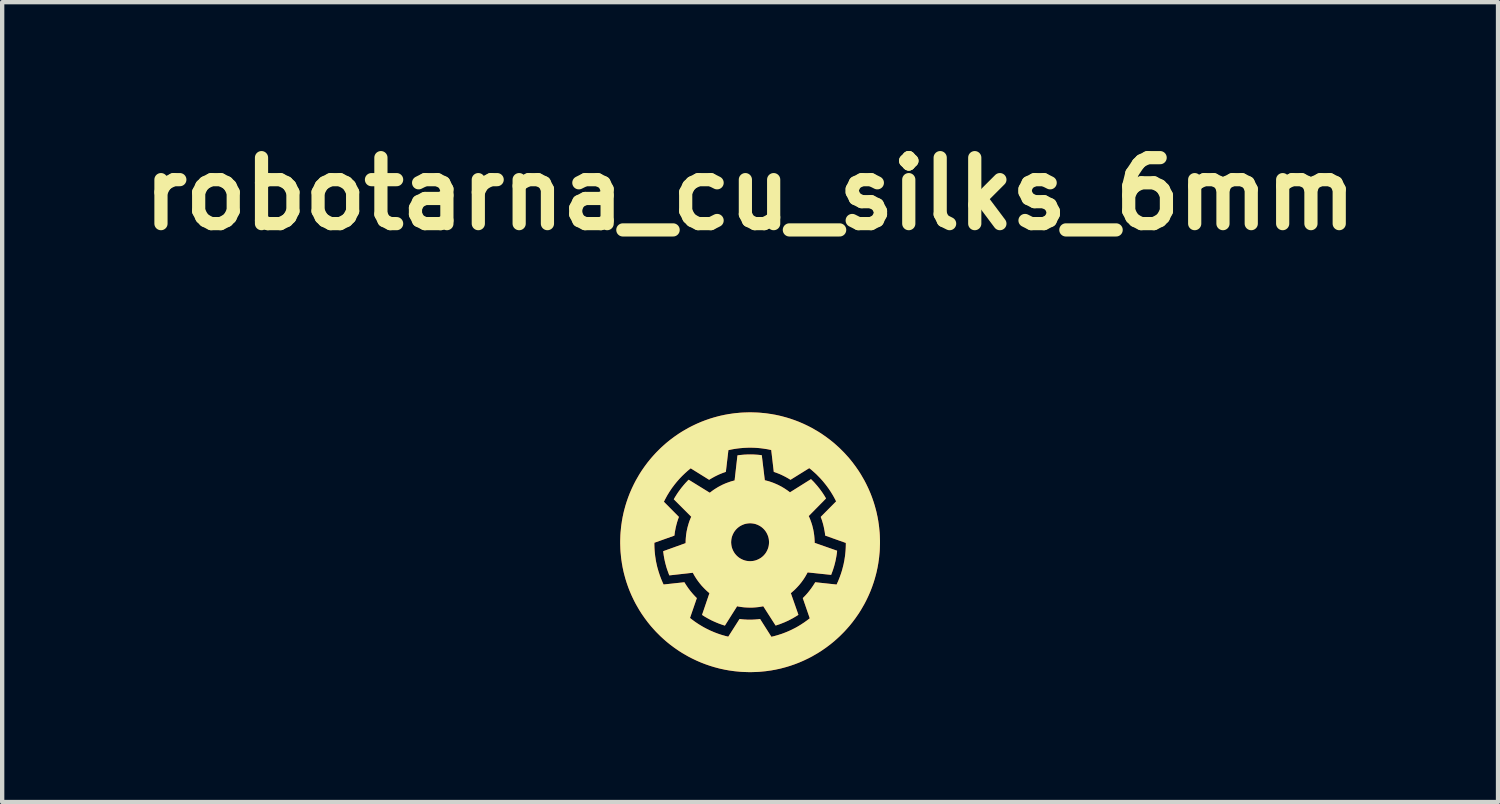
<source format=kicad_pcb>
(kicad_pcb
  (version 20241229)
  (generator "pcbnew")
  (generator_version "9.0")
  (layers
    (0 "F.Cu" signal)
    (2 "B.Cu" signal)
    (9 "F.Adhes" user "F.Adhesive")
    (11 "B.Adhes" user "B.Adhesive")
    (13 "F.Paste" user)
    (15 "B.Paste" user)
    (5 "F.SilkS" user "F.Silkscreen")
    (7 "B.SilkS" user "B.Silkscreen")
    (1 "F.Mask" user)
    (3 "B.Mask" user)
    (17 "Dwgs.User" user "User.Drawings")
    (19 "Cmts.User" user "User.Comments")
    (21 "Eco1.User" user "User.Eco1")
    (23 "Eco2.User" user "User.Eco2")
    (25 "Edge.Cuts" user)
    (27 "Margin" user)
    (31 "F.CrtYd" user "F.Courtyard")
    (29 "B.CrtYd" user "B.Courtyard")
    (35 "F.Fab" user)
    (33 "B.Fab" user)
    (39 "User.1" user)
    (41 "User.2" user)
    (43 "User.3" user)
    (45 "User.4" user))
  (footprint "robotarna_cu_silks_6mm"
    (layer "F.Cu")
    (at 14.275 9.474)
    (property "Reference" "robotarna_cu_silks_6mm" (at 0 -8.048 0) (layer "F.SilkS") (effects (font (size 1.524 1.524) (thickness 0.305))))
    (attr smd)
    (fp_poly (pts (xy -0.000005 0.438) (xy -1.984 0.368) (xy -1.977 0.4) (xy -1.971 0.431) (xy -1.963 0.463) (xy -1.956 0.494) (xy -1.947 0.525) (xy -1.939 0.556) (xy -1.93 0.587) (xy -1.92 0.617) (xy -1.91 0.647) (xy -1.899 0.677) (xy -1.888 0.707) (xy -1.877 0.737) (xy -1.865 0.766) (xy -1.323 0.705) (xy -1.307 0.734) (xy -1.292 0.762) (xy -1.275 0.79) (xy -1.258 0.817) (xy -1.241 0.844) (xy -1.222 0.871) (xy -1.204 0.897) (xy -1.184 0.923) (xy -1.165 0.948) (xy -1.144 0.973) (xy -1.124 0.998) (xy -1.102 1.022) (xy -1.08 1.045) (xy -1.058 1.068) (xy -1.035 1.091) (xy -1.012 1.113) (xy -0.988 1.135) (xy -0.964 1.156) (xy -0.939 1.176) (xy -1.11 1.678) (xy -1.083 1.696) (xy -1.056 1.713) (xy -1.028 1.73) (xy -1 1.746) (xy -0.972 1.762) (xy -0.944 1.777) (xy -0.915 1.792) (xy -0.886 1.807) (xy -0.856 1.821) (xy -0.827 1.834) (xy -0.797 1.847) (xy -0.767 1.86) (xy -0.737 1.872) (xy -0.706 1.884) (xy -0.675 1.895) (xy -0.644 1.906) (xy -0.613 1.916) (xy -0.582 1.926) (xy -0.3 1.479) (xy -0.268 1.486) (xy -0.235 1.491) (xy -0.203 1.496) (xy -0.17 1.5) (xy -0.136 1.504) (xy -0.103 1.506) (xy -0.069 1.508) (xy -0.035 1.509) (xy -0.001 1.51) (xy 0.03 1.51) (xy 0.061 1.509) (xy 0.092 1.507) (xy 0.123 1.505) (xy 0.154 1.502) (xy 0.184 1.499) (xy 0.214 1.495) (xy 0.244 1.49) (xy 0.274 1.485) (xy 0.304 1.479) (xy 0.589 1.924) (xy 0.62 1.915) (xy 0.651 1.904) (xy 0.682 1.894) (xy 0.713 1.882) (xy 0.743 1.87) (xy 0.773 1.858) (xy 0.803 1.846) (xy 0.833 1.832) (xy 0.863 1.819) (xy 0.892 1.805) (xy 0.921 1.79) (xy 0.949 1.775) (xy 0.978 1.76) (xy 1.006 1.744) (xy 1.034 1.727) (xy 1.061 1.711) (xy 1.089 1.694) (xy 1.116 1.676) (xy 0.941 1.176) (xy 0.966 1.155) (xy 0.991 1.133) (xy 1.015 1.112) (xy 1.039 1.089) (xy 1.062 1.066) (xy 1.084 1.043) (xy 1.106 1.019) (xy 1.128 0.995) (xy 1.149 0.97) (xy 1.17 0.944) (xy 1.19 0.919) (xy 1.209 0.892) (xy 1.228 0.866) (xy 1.246 0.839) (xy 1.264 0.811) (xy 1.281 0.783) (xy 1.297 0.755) (xy 1.313 0.726) (xy 1.329 0.697) (xy 1.872 0.754) (xy 1.883 0.725) (xy 1.894 0.695) (xy 1.905 0.665) (xy 1.916 0.635) (xy 1.925 0.605) (xy 1.935 0.575) (xy 1.944 0.544) (xy 1.952 0.514) (xy 1.96 0.483) (xy 1.968 0.451) (xy 1.975 0.42) (xy 1.981 0.389) (xy 1.987 0.357) (xy 1.993 0.325) (xy 1.998 0.293) (xy 2.003 0.261) (xy 2.007 0.228) (xy 2.01 0.196) (xy 1.491 0.014) (xy 1.491 -0.021) (xy 1.489 -0.056) (xy 1.487 -0.09) (xy 1.484 -0.124) (xy 1.481 -0.158) (xy 1.476 -0.192) (xy 1.471 -0.225) (xy 1.465 -0.259) (xy 1.459 -0.291) (xy 1.451 -0.324) (xy 1.443 -0.357) (xy 1.435 -0.389) (xy 1.425 -0.421) (xy 1.415 -0.452) (xy 1.404 -0.483) (xy 1.393 -0.514) (xy 1.381 -0.545) (xy 1.368 -0.575) (xy 1.354 -0.605) (xy 1.754 -1.011) (xy 1.737 -1.04) (xy 1.72 -1.069) (xy 1.702 -1.097) (xy 1.684 -1.125) (xy 1.665 -1.153) (xy 1.646 -1.18) (xy 1.626 -1.207) (xy 1.606 -1.234) (xy 1.585 -1.26) (xy 1.565 -1.286) (xy 1.543 -1.312) (xy 1.521 -1.337) (xy 1.499 -1.362) (xy 1.477 -1.387) (xy 1.454 -1.411) (xy 1.43 -1.434) (xy 1.407 -1.458) (xy 0.921 -1.153) (xy 0.895 -1.173) (xy 0.869 -1.192) (xy 0.843 -1.21) (xy 0.816 -1.228) (xy 0.789 -1.246) (xy 0.762 -1.262) (xy 0.734 -1.279) (xy 0.706 -1.294) (xy 0.677 -1.309) (xy 0.648 -1.324) (xy 0.619 -1.337) (xy 0.589 -1.35) (xy 0.559 -1.363) (xy 0.529 -1.375) (xy 0.498 -1.386) (xy 0.467 -1.397) (xy 0.436 -1.407) (xy 0.404 -1.416) (xy 0.372 -1.424) (xy 0.34 -1.432) (xy 0.27 -2.01) (xy 0.237 -2.014) (xy 0.204 -2.018) (xy 0.171 -2.021) (xy 0.138 -2.023) (xy 0.105 -2.025) (xy 0.071 -2.027) (xy 0.037 -2.027) (xy 0.003 -2.028) (xy -0.03 -2.027) (xy -0.063 -2.027) (xy -0.096 -2.025) (xy -0.13 -2.024) (xy -0.162 -2.021) (xy -0.195 -2.018) (xy -0.228 -2.015) (xy -0.26 -2.011) (xy -0.292 -2.006) (xy -0.358 -1.427) (xy -0.39 -1.419) (xy -0.422 -1.41) (xy -0.453 -1.401) (xy -0.484 -1.39) (xy -0.514 -1.379) (xy -0.545 -1.368) (xy -0.575 -1.356) (xy -0.604 -1.343) (xy -0.634 -1.33) (xy -0.663 -1.315) (xy -0.691 -1.301) (xy -0.719 -1.286) (xy -0.747 -1.27) (xy -0.775 -1.253) (xy -0.802 -1.236) (xy -0.829 -1.219) (xy -0.855 -1.201) (xy -0.881 -1.182) (xy -0.906 -1.163) (xy -0.931 -1.143) (xy -1.419 -1.444) (xy -1.443 -1.421) (xy -1.466 -1.396) (xy -1.489 -1.372) (xy -1.511 -1.347) (xy -1.533 -1.322) (xy -1.554 -1.296) (xy -1.576 -1.27) (xy -1.596 -1.244) (xy -1.617 -1.217) (xy -1.636 -1.19) (xy -1.656 -1.163) (xy -1.675 -1.135) (xy -1.693 -1.108) (xy -1.711 -1.079) (xy -1.729 -1.051) (xy -1.746 -1.022) (xy -1.763 -0.992) (xy -1.36 -0.589) (xy -1.373 -0.559) (xy -1.385 -0.53) (xy -1.397 -0.5) (xy -1.408 -0.469) (xy -1.418 -0.439) (xy -1.427 -0.408) (xy -1.436 -0.376) (xy -1.445 -0.345) (xy -1.452 -0.313) (xy -1.459 -0.281) (xy -1.466 -0.249) (xy -1.471 -0.216) (xy -1.476 -0.184) (xy -1.48 -0.151) (xy -1.483 -0.117) (xy -1.486 -0.084) (xy -1.488 -0.05) (xy -1.489 -0.017) (xy -1.49 0.018) (xy -1.49 0.021) (xy -2.007 0.207) (xy -2.004 0.239) (xy -1.999 0.272) (xy -1.995 0.304) (xy -1.989 0.336) (xy -1.984 0.368) (xy -0.000005 0.438) (xy -0.031 0.436) (xy -0.062 0.433) (xy -0.092 0.428) (xy -0.121 0.421) (xy -0.15 0.411) (xy -0.177 0.4) (xy -0.204 0.387) (xy -0.229 0.373) (xy -0.254 0.357) (xy -0.277 0.339) (xy -0.299 0.32) (xy -0.32 0.299) (xy -0.339 0.277) (xy -0.357 0.254) (xy -0.373 0.229) (xy -0.387 0.204) (xy -0.4 0.177) (xy -0.411 0.15) (xy -0.421 0.121) (xy -0.428 0.092) (xy -0.433 0.062) (xy -0.436 0.031) (xy -0.438 0.00001) (xy -0.436 -0.031) (xy -0.433 -0.062) (xy -0.428 -0.092) (xy -0.421 -0.121) (xy -0.411 -0.15) (xy -0.4 -0.177) (xy -0.387 -0.204) (xy -0.373 -0.229) (xy -0.357 -0.254) (xy -0.339 -0.277) (xy -0.32 -0.299) (xy -0.299 -0.32) (xy -0.277 -0.339) (xy -0.254 -0.357) (xy -0.229 -0.373) (xy -0.204 -0.387) (xy -0.177 -0.4) (xy -0.15 -0.411) (xy -0.121 -0.421) (xy -0.092 -0.428) (xy -0.062 -0.433) (xy -0.031 -0.436) (xy -0.000005 -0.438) (xy 0.031 -0.436) (xy 0.062 -0.433) (xy 0.092 -0.428) (xy 0.121 -0.421) (xy 0.15 -0.411) (xy 0.177 -0.4) (xy 0.204 -0.387) (xy 0.229 -0.373) (xy 0.254 -0.357) (xy 0.277 -0.339) (xy 0.299 -0.32) (xy 0.32 -0.299) (xy 0.339 -0.277) (xy 0.357 -0.254) (xy 0.373 -0.229) (xy 0.387 -0.204) (xy 0.4 -0.177) (xy 0.411 -0.15) (xy 0.421 -0.121) (xy 0.428 -0.092) (xy 0.433 -0.062) (xy 0.436 -0.031) (xy 0.438 0.00001) (xy 0.436 0.031) (xy 0.433 0.062) (xy 0.428 0.092) (xy 0.421 0.121) (xy 0.411 0.15) (xy 0.4 0.177) (xy 0.387 0.204) (xy 0.373 0.229) (xy 0.357 0.254) (xy 0.339 0.277) (xy 0.32 0.299) (xy 0.299 0.32) (xy 0.277 0.339) (xy 0.254 0.357) (xy 0.229 0.373) (xy 0.204 0.387) (xy 0.177 0.4) (xy 0.15 0.411) (xy 0.121 0.421) (xy 0.092 0.428) (xy 0.062 0.433) (xy 0.031 0.436) (xy -0.000005 0.438)) (stroke (width 0) (type solid)) (fill yes) (layer "F.Cu"))
    (fp_poly (pts (xy 1.998 0.977) (xy 0.443 2.967) (xy 0.474 2.963) (xy 0.505 2.958) (xy 0.536 2.952) (xy 0.566 2.947) (xy 0.597 2.941) (xy 0.627 2.934) (xy 0.658 2.928) (xy 0.688 2.921) (xy 0.718 2.914) (xy 0.748 2.906) (xy 0.778 2.898) (xy 0.807 2.89) (xy 0.837 2.882) (xy 0.866 2.873) (xy 0.896 2.864) (xy 0.925 2.855) (xy 0.954 2.845) (xy 0.983 2.835) (xy 1.012 2.825) (xy 1.04 2.815) (xy 1.069 2.804) (xy 1.097 2.793) (xy 1.126 2.782) (xy 1.154 2.77) (xy 1.182 2.758) (xy 1.21 2.746) (xy 1.237 2.734) (xy 1.265 2.721) (xy 1.292 2.708) (xy 1.319 2.695) (xy 1.346 2.682) (xy 1.373 2.668) (xy 1.4 2.654) (xy 1.427 2.64) (xy 1.453 2.625) (xy 1.479 2.61) (xy 1.505 2.595) (xy 1.531 2.58) (xy 1.557 2.565) (xy 1.583 2.549) (xy 1.608 2.533) (xy 1.634 2.517) (xy 1.659 2.5) (xy 1.684 2.483) (xy 1.708 2.466) (xy 1.733 2.449) (xy 1.757 2.432) (xy 1.781 2.414) (xy 1.805 2.396) (xy 1.829 2.378) (xy 1.853 2.36) (xy 1.876 2.341) (xy 1.9 2.322) (xy 1.923 2.303) (xy 1.946 2.284) (xy 1.968 2.264) (xy 1.991 2.244) (xy 2.013 2.224) (xy 2.035 2.204) (xy 2.057 2.184) (xy 2.079 2.163) (xy 2.1 2.142) (xy 2.121 2.121) (xy 2.142 2.1) (xy 2.163 2.079) (xy 2.184 2.057) (xy 2.204 2.035) (xy 2.224 2.013) (xy 2.244 1.991) (xy 2.264 1.968) (xy 2.284 1.946) (xy 2.303 1.923) (xy 2.322 1.9) (xy 2.341 1.876) (xy 2.36 1.853) (xy 2.378 1.829) (xy 2.396 1.805) (xy 2.414 1.781) (xy 2.432 1.757) (xy 2.449 1.733) (xy 2.466 1.708) (xy 2.483 1.684) (xy 2.5 1.659) (xy 2.517 1.634) (xy 2.533 1.608) (xy 2.549 1.583) (xy 2.565 1.557) (xy 2.58 1.531) (xy 2.595 1.505) (xy 2.61 1.479) (xy 2.625 1.453) (xy 2.64 1.427) (xy 2.654 1.4) (xy 2.668 1.373) (xy 2.682 1.346) (xy 2.695 1.319) (xy 2.708 1.292) (xy 2.721 1.265) (xy 2.734 1.237) (xy 2.746 1.21) (xy 2.758 1.182) (xy 2.77 1.154) (xy 2.782 1.126) (xy 2.793 1.097) (xy 2.804 1.069) (xy 2.815 1.04) (xy 2.825 1.012) (xy 2.835 0.983) (xy 2.845 0.954) (xy 2.855 0.925) (xy 2.864 0.896) (xy 2.873 0.866) (xy 2.882 0.837) (xy 2.89 0.807) (xy 2.898 0.778) (xy 2.906 0.748) (xy 2.914 0.718) (xy 2.921 0.688) (xy 2.928 0.658) (xy 2.934 0.627) (xy 2.941 0.597) (xy 2.947 0.566) (xy 2.952 0.536) (xy 2.958 0.505) (xy 2.963 0.474) (xy 2.967 0.443) (xy 2.972 0.412) (xy 2.976 0.381) (xy 2.98 0.35) (xy 2.983 0.319) (xy 2.986 0.287) (xy 2.989 0.256) (xy 2.992 0.224) (xy 2.994 0.192) (xy 2.996 0.16) (xy 2.997 0.128) (xy 2.998 0.096) (xy 2.999 0.064) (xy 3 0.032) (xy 3 0.000008) (xy 3 -0.032) (xy 2.999 -0.064) (xy 2.998 -0.096) (xy 2.997 -0.128) (xy 2.996 -0.16) (xy 2.994 -0.192) (xy 2.992 -0.224) (xy 2.989 -0.256) (xy 2.986 -0.287) (xy 2.983 -0.319) (xy 2.98 -0.35) (xy 2.976 -0.381) (xy 2.972 -0.412) (xy 2.967 -0.443) (xy 2.963 -0.474) (xy 2.958 -0.505) (xy 2.952 -0.536) (xy 2.947 -0.566) (xy 2.941 -0.597) (xy 2.934 -0.627) (xy 2.928 -0.658) (xy 2.921 -0.688) (xy 2.914 -0.718) (xy 2.906 -0.748) (xy 2.898 -0.778) (xy 2.89 -0.807) (xy 2.882 -0.837) (xy 2.873 -0.866) (xy 2.864 -0.896) (xy 2.855 -0.925) (xy 2.845 -0.954) (xy 2.835 -0.983) (xy 2.825 -1.012) (xy 2.815 -1.04) (xy 2.804 -1.069) (xy 2.793 -1.097) (xy 2.782 -1.126) (xy 2.77 -1.154) (xy 2.758 -1.182) (xy 2.746 -1.21) (xy 2.734 -1.237) (xy 2.721 -1.265) (xy 2.708 -1.292) (xy 2.695 -1.319) (xy 2.682 -1.346) (xy 2.668 -1.373) (xy 2.654 -1.4) (xy 2.64 -1.427) (xy 2.625 -1.453) (xy 2.61 -1.479) (xy 2.595 -1.505) (xy 2.58 -1.531) (xy 2.565 -1.557) (xy 2.549 -1.583) (xy 2.533 -1.608) (xy 2.517 -1.634) (xy 2.5 -1.659) (xy 2.483 -1.684) (xy 2.466 -1.708) (xy 2.449 -1.733) (xy 2.432 -1.757) (xy 2.414 -1.781) (xy 2.396 -1.805) (xy 2.378 -1.829) (xy 2.36 -1.853) (xy 2.341 -1.876) (xy 2.322 -1.9) (xy 2.303 -1.923) (xy 2.284 -1.946) (xy 2.264 -1.968) (xy 2.244 -1.991) (xy 2.224 -2.013) (xy 2.204 -2.035) (xy 2.184 -2.057) (xy 2.163 -2.079) (xy 2.142 -2.1) (xy 2.121 -2.121) (xy 2.1 -2.142) (xy 2.079 -2.163) (xy 2.057 -2.184) (xy 2.035 -2.204) (xy 2.013 -2.224) (xy 1.991 -2.244) (xy 1.968 -2.264) (xy 1.946 -2.284) (xy 1.923 -2.303) (xy 1.9 -2.322) (xy 1.876 -2.341) (xy 1.853 -2.36) (xy 1.829 -2.378) (xy 1.805 -2.396) (xy 1.781 -2.414) (xy 1.757 -2.432) (xy 1.733 -2.449) (xy 1.708 -2.466) (xy 1.684 -2.483) (xy 1.659 -2.5) (xy 1.634 -2.517) (xy 1.608 -2.533) (xy 1.583 -2.549) (xy 1.557 -2.565) (xy 1.531 -2.58) (xy 1.505 -2.595) (xy 1.479 -2.61) (xy 1.453 -2.625) (xy 1.427 -2.64) (xy 1.4 -2.654) (xy 1.373 -2.668) (xy 1.346 -2.682) (xy 1.319 -2.695) (xy 1.292 -2.708) (xy 1.265 -2.721) (xy 1.237 -2.734) (xy 1.21 -2.746) (xy 1.182 -2.758) (xy 1.154 -2.77) (xy 1.126 -2.782) (xy 1.097 -2.793) (xy 1.069 -2.804) (xy 1.04 -2.815) (xy 1.012 -2.825) (xy 0.983 -2.835) (xy 0.954 -2.845) (xy 0.925 -2.855) (xy 0.896 -2.864) (xy 0.866 -2.873) (xy 0.837 -2.882) (xy 0.807 -2.89) (xy 0.778 -2.898) (xy 0.748 -2.906) (xy 0.718 -2.914) (xy 0.688 -2.921) (xy 0.658 -2.928) (xy 0.627 -2.934) (xy 0.597 -2.941) (xy 0.566 -2.947) (xy 0.536 -2.952) (xy 0.505 -2.958) (xy 0.474 -2.963) (xy 0.443 -2.967) (xy 0.412 -2.972) (xy 0.381 -2.976) (xy 0.35 -2.98) (xy 0.319 -2.983) (xy 0.287 -2.986) (xy 0.256 -2.989) (xy 0.224 -2.992) (xy 0.192 -2.994) (xy 0.16 -2.996) (xy 0.128 -2.997) (xy 0.096 -2.998) (xy 0.064 -2.999) (xy 0.032 -3) (xy -0.000008 -3) (xy -0.032 -3) (xy -0.064 -2.999) (xy -0.096 -2.998) (xy -0.128 -2.997) (xy -0.16 -2.996) (xy -0.192 -2.994) (xy -0.224 -2.992) (xy -0.256 -2.989) (xy -0.287 -2.986) (xy -0.319 -2.983) (xy -0.35 -2.98) (xy -0.381 -2.976) (xy -0.412 -2.972) (xy -0.443 -2.967) (xy -0.474 -2.963) (xy -0.505 -2.958) (xy -0.536 -2.952) (xy -0.566 -2.947) (xy -0.597 -2.941) (xy -0.627 -2.934) (xy -0.658 -2.928) (xy -0.688 -2.921) (xy -0.718 -2.914) (xy -0.748 -2.906) (xy -0.778 -2.898) (xy -0.807 -2.89) (xy -0.837 -2.882) (xy -0.866 -2.873) (xy -0.896 -2.864) (xy -0.925 -2.855) (xy -0.954 -2.845) (xy -0.983 -2.835) (xy -1.012 -2.825) (xy -1.04 -2.815) (xy -1.069 -2.804) (xy -1.097 -2.793) (xy -1.126 -2.782) (xy -1.154 -2.77) (xy -1.182 -2.758) (xy -1.21 -2.746) (xy -1.237 -2.734) (xy -1.265 -2.721) (xy -1.292 -2.708) (xy -1.319 -2.695) (xy -1.346 -2.682) (xy -1.373 -2.668) (xy -1.4 -2.654) (xy -1.427 -2.64) (xy -1.453 -2.625) (xy -1.479 -2.61) (xy -1.505 -2.595) (xy -1.531 -2.58) (xy -1.557 -2.565) (xy -1.583 -2.549) (xy -1.608 -2.533) (xy -1.634 -2.517) (xy -1.659 -2.5) (xy -1.684 -2.483) (xy -1.708 -2.466) (xy -1.733 -2.449) (xy -1.757 -2.432) (xy -1.781 -2.414) (xy -1.805 -2.396) (xy -1.829 -2.378) (xy -1.853 -2.36) (xy -1.876 -2.341) (xy -1.9 -2.322) (xy -1.923 -2.303) (xy -1.946 -2.284) (xy -1.968 -2.264) (xy -1.991 -2.244) (xy -2.013 -2.224) (xy -2.035 -2.204) (xy -2.057 -2.184) (xy -2.079 -2.163) (xy -2.1 -2.142) (xy -2.121 -2.121) (xy -2.142 -2.1) (xy -2.163 -2.079) (xy -2.184 -2.057) (xy -2.204 -2.035) (xy -2.224 -2.013) (xy -2.244 -1.991) (xy -2.264 -1.968) (xy -2.284 -1.946) (xy -2.303 -1.923) (xy -2.322 -1.9) (xy -2.341 -1.876) (xy -2.36 -1.853) (xy -2.378 -1.829) (xy -2.396 -1.805) (xy -2.414 -1.781) (xy -2.432 -1.757) (xy -2.449 -1.733) (xy -2.466 -1.708) (xy -2.483 -1.684) (xy -2.5 -1.659) (xy -2.517 -1.634) (xy -2.533 -1.608) (xy -2.549 -1.583) (xy -2.565 -1.557) (xy -2.58 -1.531) (xy -2.595 -1.505) (xy -2.61 -1.479) (xy -2.625 -1.453) (xy -2.64 -1.427) (xy -2.654 -1.4) (xy -2.668 -1.373) (xy -2.682 -1.346) (xy -2.695 -1.319) (xy -2.708 -1.292) (xy -2.721 -1.265) (xy -2.734 -1.237) (xy -2.746 -1.21) (xy -2.758 -1.182) (xy -2.77 -1.154) (xy -2.782 -1.126) (xy -2.793 -1.097) (xy -2.804 -1.069) (xy -2.815 -1.04) (xy -2.825 -1.012) (xy -2.835 -0.983) (xy -2.845 -0.954) (xy -2.855 -0.925) (xy -2.864 -0.896) (xy -2.873 -0.866) (xy -2.882 -0.837) (xy -2.89 -0.807) (xy -2.898 -0.778) (xy -2.906 -0.748) (xy -2.914 -0.718) (xy -2.921 -0.688) (xy -2.928 -0.658) (xy -2.934 -0.627) (xy -2.941 -0.597) (xy -2.947 -0.566) (xy -2.952 -0.536) (xy -2.958 -0.505) (xy -2.963 -0.474) (xy -2.967 -0.443) (xy -2.972 -0.412) (xy -2.976 -0.381) (xy -2.98 -0.35) (xy -2.983 -0.319) (xy -2.986 -0.287) (xy -2.989 -0.256) (xy -2.992 -0.224) (xy -2.994 -0.192) (xy -2.996 -0.16) (xy -2.997 -0.128) (xy -2.998 -0.096) (xy -2.999 -0.064) (xy -3 -0.032) (xy -3 0.000008) (xy -3 0.032) (xy -2.999 0.064) (xy -2.998 0.096) (xy -2.997 0.128) (xy -2.996 0.16) (xy -2.994 0.192) (xy -2.992 0.224) (xy -2.989 0.256) (xy -2.986 0.287) (xy -2.983 0.319) (xy -2.98 0.35) (xy -2.976 0.381) (xy -2.972 0.412) (xy -2.967 0.443) (xy -2.963 0.474) (xy -2.958 0.505) (xy -2.952 0.536) (xy -2.947 0.566) (xy -2.941 0.597) (xy -2.934 0.627) (xy -2.928 0.658) (xy -2.921 0.688) (xy -2.914 0.718) (xy -2.906 0.748) (xy -2.898 0.778) (xy -2.89 0.807) (xy -2.882 0.837) (xy -2.873 0.866) (xy -2.864 0.896) (xy -2.855 0.925) (xy -2.845 0.954) (xy -2.835 0.983) (xy -2.825 1.012) (xy -2.815 1.04) (xy -2.804 1.069) (xy -2.793 1.097) (xy -2.782 1.126) (xy -2.77 1.154) (xy -2.758 1.182) (xy -2.746 1.21) (xy -2.734 1.237) (xy -2.721 1.265) (xy -2.708 1.292) (xy -2.695 1.319) (xy -2.682 1.346) (xy -2.668 1.373) (xy -2.654 1.4) (xy -2.64 1.427) (xy -2.625 1.453) (xy -2.61 1.479) (xy -2.595 1.505) (xy -2.58 1.531) (xy -2.565 1.557) (xy -2.549 1.583) (xy -2.533 1.608) (xy -2.517 1.634) (xy -2.5 1.659) (xy -2.483 1.684) (xy -2.466 1.708) (xy -2.449 1.733) (xy -2.432 1.757) (xy -2.414 1.781) (xy -2.396 1.805) (xy -2.378 1.829) (xy -2.36 1.853) (xy -2.341 1.876) (xy -2.322 1.9) (xy -2.303 1.923) (xy -2.284 1.946) (xy -2.264 1.968) (xy -2.244 1.991) (xy -2.224 2.013) (xy -2.204 2.035) (xy -2.184 2.057) (xy -2.163 2.079) (xy -2.142 2.1) (xy -2.121 2.121) (xy -2.1 2.142) (xy -2.079 2.163) (xy -2.057 2.184) (xy -2.035 2.204) (xy -2.013 2.224) (xy -1.991 2.244) (xy -1.968 2.264) (xy -1.946 2.284) (xy -1.923 2.303) (xy -1.9 2.322) (xy -1.876 2.341) (xy -1.853 2.36) (xy -1.829 2.378) (xy -1.805 2.396) (xy -1.781 2.414) (xy -1.757 2.432) (xy -1.733 2.449) (xy -1.708 2.466) (xy -1.684 2.483) (xy -1.659 2.5) (xy -1.634 2.517) (xy -1.608 2.533) (xy -1.583 2.549) (xy -1.557 2.565) (xy -1.531 2.58) (xy -1.505 2.595) (xy -1.479 2.61) (xy -1.453 2.625) (xy -1.427 2.64) (xy -1.4 2.654) (xy -1.373 2.668) (xy -1.346 2.682) (xy -1.319 2.695) (xy -1.292 2.708) (xy -1.265 2.721) (xy -1.237 2.734) (xy -1.21 2.746) (xy -1.182 2.758) (xy -1.154 2.77) (xy -1.126 2.782) (xy -1.097 2.793) (xy -1.069 2.804) (xy -1.04 2.815) (xy -1.012 2.825) (xy -0.983 2.835) (xy -0.954 2.845) (xy -0.925 2.855) (xy -0.896 2.864) (xy -0.866 2.873) (xy -0.837 2.882) (xy -0.807 2.89) (xy -0.778 2.898) (xy -0.748 2.906) (xy -0.718 2.914) (xy -0.688 2.921) (xy -0.658 2.928) (xy -0.627 2.934) (xy -0.597 2.941) (xy -0.566 2.947) (xy -0.536 2.952) (xy -0.505 2.958) (xy -0.474 2.963) (xy -0.443 2.967) (xy -0.412 2.972) (xy -0.381 2.976) (xy -0.35 2.98) (xy -0.319 2.983) (xy -0.287 2.986) (xy -0.256 2.989) (xy -0.224 2.992) (xy -0.192 2.994) (xy -0.16 2.996) (xy -0.128 2.997) (xy -0.096 2.998) (xy -0.064 2.999) (xy -0.032 3) (xy -0.000008 3) (xy 0.032 3) (xy 0.064 2.999) (xy 0.096 2.998) (xy 0.128 2.997) (xy 0.16 2.996) (xy 0.192 2.994) (xy 0.224 2.992) (xy 0.256 2.989) (xy 0.287 2.986) (xy 0.319 2.983) (xy 0.35 2.98) (xy 0.381 2.976) (xy 0.412 2.972) (xy 0.443 2.967) (xy 1.998 0.977) (xy 1.504 0.924) (xy 1.487 0.953) (xy 1.469 0.981) (xy 1.451 1.009) (xy 1.432 1.036) (xy 1.413 1.064) (xy 1.393 1.09) (xy 1.373 1.117) (xy 1.352 1.143) (xy 1.331 1.169) (xy 1.309 1.194) (xy 1.287 1.219) (xy 1.264 1.243) (xy 1.241 1.267) (xy 1.217 1.29) (xy 1.378 1.757) (xy 1.352 1.777) (xy 1.326 1.797) (xy 1.3 1.816) (xy 1.273 1.835) (xy 1.247 1.854) (xy 1.219 1.872) (xy 1.192 1.89) (xy 1.164 1.908) (xy 1.136 1.925) (xy 1.108 1.942) (xy 1.08 1.958) (xy 1.051 1.974) (xy 1.022 1.989) (xy 0.992 2.004) (xy 0.963 2.019) (xy 0.933 2.033) (xy 0.903 2.047) (xy 0.873 2.06) (xy 0.842 2.073) (xy 0.812 2.085) (xy 0.781 2.097) (xy 0.749 2.109) (xy 0.718 2.12) (xy 0.686 2.13) (xy 0.655 2.14) (xy 0.622 2.15) (xy 0.59 2.159) (xy 0.558 2.168) (xy 0.525 2.176) (xy 0.492 2.184) (xy 0.231 1.773) (xy 0.202 1.776) (xy 0.173 1.78) (xy 0.143 1.782) (xy 0.114 1.785) (xy 0.084 1.786) (xy 0.054 1.788) (xy 0.024 1.788) (xy -0.006 1.789) (xy -0.037 1.788) (xy -0.067 1.788) (xy -0.097 1.786) (xy -0.126 1.785) (xy -0.156 1.782) (xy -0.186 1.78) (xy -0.215 1.776) (xy -0.244 1.773) (xy -0.504 2.181) (xy -0.536 2.173) (xy -0.569 2.165) (xy -0.601 2.156) (xy -0.634 2.147) (xy -0.666 2.137) (xy -0.697 2.127) (xy -0.729 2.116) (xy -0.76 2.105) (xy -0.792 2.093) (xy -0.823 2.081) (xy -0.853 2.068) (xy -0.884 2.055) (xy -0.914 2.042) (xy -0.944 2.028) (xy -0.974 2.013) (xy -1.003 1.999) (xy -1.033 1.983) (xy -1.062 1.968) (xy -1.09 1.952) (xy -1.119 1.935) (xy -1.147 1.918) (xy -1.175 1.901) (xy -1.203 1.883) (xy -1.23 1.865) (xy -1.257 1.847) (xy -1.284 1.828) (xy -1.31 1.809) (xy -1.337 1.789) (xy -1.362 1.769) (xy -1.388 1.749) (xy -1.23 1.29) (xy -1.254 1.267) (xy -1.277 1.243) (xy -1.299 1.219) (xy -1.322 1.194) (xy -1.343 1.169) (xy -1.365 1.143) (xy -1.386 1.117) (xy -1.406 1.09) (xy -1.426 1.064) (xy -1.445 1.036) (xy -1.464 1.009) (xy -1.482 0.981) (xy -1.5 0.953) (xy -1.517 0.924) (xy -1.998 0.976) (xy -2.012 0.947) (xy -2.025 0.918) (xy -2.037 0.889) (xy -2.05 0.859) (xy -2.061 0.829) (xy -2.073 0.799) (xy -2.084 0.769) (xy -2.094 0.739) (xy -2.104 0.708) (xy -2.114 0.678) (xy -2.123 0.647) (xy -2.132 0.616) (xy -2.141 0.584) (xy -2.149 0.553) (xy -2.156 0.521) (xy -2.163 0.489) (xy -2.17 0.457) (xy -2.176 0.425) (xy -2.181 0.393) (xy -2.186 0.36) (xy -2.191 0.328) (xy -2.195 0.295) (xy -2.199 0.262) (xy -2.202 0.229) (xy -2.205 0.196) (xy -2.207 0.162) (xy -2.209 0.129) (xy -2.21 0.095) (xy -2.211 0.061) (xy -2.211 0.028) (xy -2.211 0.012) (xy -1.748 -0.153) (xy -1.744 -0.185) (xy -1.74 -0.217) (xy -1.735 -0.249) (xy -1.729 -0.28) (xy -1.723 -0.312) (xy -1.717 -0.343) (xy -1.709 -0.374) (xy -1.702 -0.405) (xy -1.693 -0.435) (xy -1.685 -0.466) (xy -1.675 -0.496) (xy -1.666 -0.526) (xy -1.655 -0.555) (xy -1.644 -0.585) (xy -1.991 -0.935) (xy -1.976 -0.965) (xy -1.961 -0.995) (xy -1.945 -1.024) (xy -1.929 -1.054) (xy -1.913 -1.083) (xy -1.896 -1.111) (xy -1.878 -1.14) (xy -1.861 -1.168) (xy -1.842 -1.196) (xy -1.824 -1.223) (xy -1.805 -1.251) (xy -1.785 -1.278) (xy -1.765 -1.304) (xy -1.745 -1.331) (xy -1.724 -1.357) (xy -1.703 -1.383) (xy -1.682 -1.408) (xy -1.66 -1.433) (xy -1.638 -1.458) (xy -1.616 -1.482) (xy -1.593 -1.506) (xy -1.57 -1.53) (xy -1.546 -1.553) (xy -1.522 -1.576) (xy -1.498 -1.599) (xy -1.473 -1.621) (xy -1.449 -1.643) (xy -1.423 -1.665) (xy -1.398 -1.686) (xy -1.372 -1.707) (xy -0.946 -1.442) (xy -0.918 -1.459) (xy -0.89 -1.476) (xy -0.861 -1.492) (xy -0.833 -1.508) (xy -0.804 -1.523) (xy -0.774 -1.538) (xy -0.745 -1.552) (xy -0.715 -1.566) (xy -0.684 -1.579) (xy -0.654 -1.591) (xy -0.623 -1.603) (xy -0.592 -1.614) (xy -0.56 -1.625) (xy -0.501 -2.127) (xy -0.469 -2.134) (xy -0.436 -2.141) (xy -0.404 -2.147) (xy -0.371 -2.153) (xy -0.338 -2.158) (xy -0.305 -2.163) (xy -0.272 -2.167) (xy -0.238 -2.171) (xy -0.205 -2.174) (xy -0.171 -2.177) (xy -0.137 -2.18) (xy -0.103 -2.181) (xy -0.069 -2.183) (xy -0.034 -2.184) (xy -0.000008 -2.184) (xy 0.033 -2.184) (xy 0.067 -2.183) (xy 0.1 -2.182) (xy 0.133 -2.18) (xy 0.166 -2.178) (xy 0.199 -2.175) (xy 0.232 -2.172) (xy 0.264 -2.168) (xy 0.297 -2.164) (xy 0.329 -2.159) (xy 0.361 -2.154) (xy 0.393 -2.149) (xy 0.425 -2.143) (xy 0.457 -2.136) (xy 0.488 -2.13) (xy 0.547 -1.625) (xy 0.579 -1.614) (xy 0.61 -1.603) (xy 0.641 -1.591) (xy 0.671 -1.579) (xy 0.702 -1.566) (xy 0.732 -1.552) (xy 0.761 -1.538) (xy 0.791 -1.523) (xy 0.82 -1.508) (xy 0.849 -1.492) (xy 0.877 -1.476) (xy 0.905 -1.459) (xy 0.933 -1.442) (xy 1.366 -1.711) (xy 1.392 -1.691) (xy 1.418 -1.67) (xy 1.443 -1.648) (xy 1.468 -1.626) (xy 1.493 -1.604) (xy 1.517 -1.582) (xy 1.541 -1.559) (xy 1.564 -1.535) (xy 1.587 -1.512) (xy 1.61 -1.488) (xy 1.633 -1.464) (xy 1.655 -1.439) (xy 1.677 -1.414) (xy 1.698 -1.389) (xy 1.719 -1.363) (xy 1.74 -1.337) (xy 1.76 -1.311) (xy 1.78 -1.285) (xy 1.799 -1.258) (xy 1.819 -1.231) (xy 1.837 -1.203) (xy 1.856 -1.176) (xy 1.873 -1.148) (xy 1.891 -1.119) (xy 1.908 -1.091) (xy 1.925 -1.062) (xy 1.941 -1.033) (xy 1.957 -1.003) (xy 1.972 -0.974) (xy 1.987 -0.944) (xy 1.631 -0.585) (xy 1.642 -0.555) (xy 1.653 -0.526) (xy 1.663 -0.496) (xy 1.672 -0.466) (xy 1.681 -0.435) (xy 1.689 -0.405) (xy 1.697 -0.374) (xy 1.704 -0.343) (xy 1.71 -0.312) (xy 1.716 -0.28) (xy 1.722 -0.249) (xy 1.727 -0.217) (xy 1.731 -0.185) (xy 1.735 -0.153) (xy 2.211 0.016) (xy 2.211 0.028) (xy 2.211 0.061) (xy 2.21 0.095) (xy 2.209 0.129) (xy 2.207 0.163) (xy 2.205 0.196) (xy 2.202 0.229) (xy 2.199 0.262) (xy 2.195 0.295) (xy 2.191 0.328) (xy 2.186 0.361) (xy 2.181 0.393) (xy 2.176 0.426) (xy 2.169 0.458) (xy 2.163 0.49) (xy 2.156 0.522) (xy 2.148 0.554) (xy 2.14 0.585) (xy 2.132 0.616) (xy 2.123 0.648) (xy 2.114 0.679) (xy 2.104 0.709) (xy 2.094 0.74) (xy 2.083 0.77) (xy 2.072 0.801) (xy 2.061 0.83) (xy 2.049 0.86) (xy 2.037 0.89) (xy 2.024 0.919) (xy 2.011 0.948) (xy 1.998 0.977)) (stroke (width 0) (type solid)) (fill yes) (layer "F.Cu"))
    (fp_poly (pts (xy -0.000005 0.438) (xy -1.984 0.368) (xy -1.977 0.4) (xy -1.971 0.431) (xy -1.963 0.463) (xy -1.956 0.494) (xy -1.947 0.525) (xy -1.939 0.556) (xy -1.93 0.587) (xy -1.92 0.617) (xy -1.91 0.647) (xy -1.899 0.677) (xy -1.888 0.707) (xy -1.877 0.737) (xy -1.865 0.766) (xy -1.323 0.705) (xy -1.307 0.734) (xy -1.292 0.762) (xy -1.275 0.79) (xy -1.258 0.817) (xy -1.241 0.844) (xy -1.222 0.871) (xy -1.204 0.897) (xy -1.184 0.923) (xy -1.165 0.948) (xy -1.144 0.973) (xy -1.124 0.998) (xy -1.102 1.022) (xy -1.08 1.045) (xy -1.058 1.068) (xy -1.035 1.091) (xy -1.012 1.113) (xy -0.988 1.135) (xy -0.964 1.156) (xy -0.939 1.176) (xy -1.11 1.678) (xy -1.083 1.696) (xy -1.056 1.713) (xy -1.028 1.73) (xy -1 1.746) (xy -0.972 1.762) (xy -0.944 1.777) (xy -0.915 1.792) (xy -0.886 1.807) (xy -0.856 1.821) (xy -0.827 1.834) (xy -0.797 1.847) (xy -0.767 1.86) (xy -0.737 1.872) (xy -0.706 1.884) (xy -0.675 1.895) (xy -0.644 1.906) (xy -0.613 1.916) (xy -0.582 1.926) (xy -0.3 1.479) (xy -0.268 1.486) (xy -0.235 1.491) (xy -0.203 1.496) (xy -0.17 1.5) (xy -0.136 1.504) (xy -0.103 1.506) (xy -0.069 1.508) (xy -0.035 1.509) (xy -0.001 1.51) (xy 0.03 1.51) (xy 0.061 1.509) (xy 0.092 1.507) (xy 0.123 1.505) (xy 0.154 1.502) (xy 0.184 1.499) (xy 0.214 1.495) (xy 0.244 1.49) (xy 0.274 1.485) (xy 0.304 1.479) (xy 0.589 1.924) (xy 0.62 1.915) (xy 0.651 1.904) (xy 0.682 1.894) (xy 0.713 1.882) (xy 0.743 1.87) (xy 0.773 1.858) (xy 0.803 1.846) (xy 0.833 1.832) (xy 0.863 1.819) (xy 0.892 1.805) (xy 0.921 1.79) (xy 0.949 1.775) (xy 0.978 1.76) (xy 1.006 1.744) (xy 1.034 1.727) (xy 1.061 1.711) (xy 1.089 1.694) (xy 1.116 1.676) (xy 0.941 1.176) (xy 0.966 1.155) (xy 0.991 1.133) (xy 1.015 1.112) (xy 1.039 1.089) (xy 1.062 1.066) (xy 1.084 1.043) (xy 1.106 1.019) (xy 1.128 0.995) (xy 1.149 0.97) (xy 1.17 0.944) (xy 1.19 0.919) (xy 1.209 0.892) (xy 1.228 0.866) (xy 1.246 0.839) (xy 1.264 0.811) (xy 1.281 0.783) (xy 1.297 0.755) (xy 1.313 0.726) (xy 1.329 0.697) (xy 1.872 0.754) (xy 1.883 0.725) (xy 1.894 0.695) (xy 1.905 0.665) (xy 1.916 0.635) (xy 1.925 0.605) (xy 1.935 0.575) (xy 1.944 0.544) (xy 1.952 0.514) (xy 1.96 0.483) (xy 1.968 0.451) (xy 1.975 0.42) (xy 1.981 0.389) (xy 1.987 0.357) (xy 1.993 0.325) (xy 1.998 0.293) (xy 2.003 0.261) (xy 2.007 0.228) (xy 2.01 0.196) (xy 1.491 0.014) (xy 1.491 -0.021) (xy 1.489 -0.056) (xy 1.487 -0.09) (xy 1.484 -0.124) (xy 1.481 -0.158) (xy 1.476 -0.192) (xy 1.471 -0.225) (xy 1.465 -0.259) (xy 1.459 -0.291) (xy 1.451 -0.324) (xy 1.443 -0.357) (xy 1.435 -0.389) (xy 1.425 -0.421) (xy 1.415 -0.452) (xy 1.404 -0.483) (xy 1.393 -0.514) (xy 1.381 -0.545) (xy 1.368 -0.575) (xy 1.354 -0.605) (xy 1.754 -1.011) (xy 1.737 -1.04) (xy 1.72 -1.069) (xy 1.702 -1.097) (xy 1.684 -1.125) (xy 1.665 -1.153) (xy 1.646 -1.18) (xy 1.626 -1.207) (xy 1.606 -1.234) (xy 1.585 -1.26) (xy 1.565 -1.286) (xy 1.543 -1.312) (xy 1.521 -1.337) (xy 1.499 -1.362) (xy 1.477 -1.387) (xy 1.454 -1.411) (xy 1.43 -1.434) (xy 1.407 -1.458) (xy 0.921 -1.153) (xy 0.895 -1.173) (xy 0.869 -1.192) (xy 0.843 -1.21) (xy 0.816 -1.228) (xy 0.789 -1.246) (xy 0.762 -1.262) (xy 0.734 -1.279) (xy 0.706 -1.294) (xy 0.677 -1.309) (xy 0.648 -1.324) (xy 0.619 -1.337) (xy 0.589 -1.35) (xy 0.559 -1.363) (xy 0.529 -1.375) (xy 0.498 -1.386) (xy 0.467 -1.397) (xy 0.436 -1.407) (xy 0.404 -1.416) (xy 0.372 -1.424) (xy 0.34 -1.432) (xy 0.27 -2.01) (xy 0.237 -2.014) (xy 0.204 -2.018) (xy 0.171 -2.021) (xy 0.138 -2.023) (xy 0.105 -2.025) (xy 0.071 -2.027) (xy 0.037 -2.027) (xy 0.003 -2.028) (xy -0.03 -2.027) (xy -0.063 -2.027) (xy -0.096 -2.025) (xy -0.13 -2.024) (xy -0.162 -2.021) (xy -0.195 -2.018) (xy -0.228 -2.015) (xy -0.26 -2.011) (xy -0.292 -2.006) (xy -0.358 -1.427) (xy -0.39 -1.419) (xy -0.422 -1.41) (xy -0.453 -1.401) (xy -0.484 -1.39) (xy -0.514 -1.379) (xy -0.545 -1.368) (xy -0.575 -1.356) (xy -0.604 -1.343) (xy -0.634 -1.33) (xy -0.663 -1.315) (xy -0.691 -1.301) (xy -0.719 -1.286) (xy -0.747 -1.27) (xy -0.775 -1.253) (xy -0.802 -1.236) (xy -0.829 -1.219) (xy -0.855 -1.201) (xy -0.881 -1.182) (xy -0.906 -1.163) (xy -0.931 -1.143) (xy -1.419 -1.444) (xy -1.443 -1.421) (xy -1.466 -1.396) (xy -1.489 -1.372) (xy -1.511 -1.347) (xy -1.533 -1.322) (xy -1.554 -1.296) (xy -1.576 -1.27) (xy -1.596 -1.244) (xy -1.617 -1.217) (xy -1.636 -1.19) (xy -1.656 -1.163) (xy -1.675 -1.135) (xy -1.693 -1.108) (xy -1.711 -1.079) (xy -1.729 -1.051) (xy -1.746 -1.022) (xy -1.763 -0.992) (xy -1.36 -0.589) (xy -1.373 -0.559) (xy -1.385 -0.53) (xy -1.397 -0.5) (xy -1.408 -0.469) (xy -1.418 -0.439) (xy -1.427 -0.408) (xy -1.436 -0.376) (xy -1.445 -0.345) (xy -1.452 -0.313) (xy -1.459 -0.281) (xy -1.466 -0.249) (xy -1.471 -0.216) (xy -1.476 -0.184) (xy -1.48 -0.151) (xy -1.483 -0.117) (xy -1.486 -0.084) (xy -1.488 -0.05) (xy -1.489 -0.017) (xy -1.49 0.018) (xy -1.49 0.021) (xy -2.007 0.207) (xy -2.004 0.239) (xy -1.999 0.272) (xy -1.995 0.304) (xy -1.989 0.336) (xy -1.984 0.368) (xy -0.000005 0.438) (xy -0.031 0.436) (xy -0.062 0.433) (xy -0.092 0.428) (xy -0.121 0.421) (xy -0.15 0.411) (xy -0.177 0.4) (xy -0.204 0.387) (xy -0.229 0.373) (xy -0.254 0.357) (xy -0.277 0.339) (xy -0.299 0.32) (xy -0.32 0.299) (xy -0.339 0.277) (xy -0.357 0.254) (xy -0.373 0.229) (xy -0.387 0.204) (xy -0.4 0.177) (xy -0.411 0.15) (xy -0.421 0.121) (xy -0.428 0.092) (xy -0.433 0.062) (xy -0.436 0.031) (xy -0.438 0.00001) (xy -0.436 -0.031) (xy -0.433 -0.062) (xy -0.428 -0.092) (xy -0.421 -0.121) (xy -0.411 -0.15) (xy -0.4 -0.177) (xy -0.387 -0.204) (xy -0.373 -0.229) (xy -0.357 -0.254) (xy -0.339 -0.277) (xy -0.32 -0.299) (xy -0.299 -0.32) (xy -0.277 -0.339) (xy -0.254 -0.357) (xy -0.229 -0.373) (xy -0.204 -0.387) (xy -0.177 -0.4) (xy -0.15 -0.411) (xy -0.121 -0.421) (xy -0.092 -0.428) (xy -0.062 -0.433) (xy -0.031 -0.436) (xy -0.000005 -0.438) (xy 0.031 -0.436) (xy 0.062 -0.433) (xy 0.092 -0.428) (xy 0.121 -0.421) (xy 0.15 -0.411) (xy 0.177 -0.4) (xy 0.204 -0.387) (xy 0.229 -0.373) (xy 0.254 -0.357) (xy 0.277 -0.339) (xy 0.299 -0.32) (xy 0.32 -0.299) (xy 0.339 -0.277) (xy 0.357 -0.254) (xy 0.373 -0.229) (xy 0.387 -0.204) (xy 0.4 -0.177) (xy 0.411 -0.15) (xy 0.421 -0.121) (xy 0.428 -0.092) (xy 0.433 -0.062) (xy 0.436 -0.031) (xy 0.438 0.00001) (xy 0.436 0.031) (xy 0.433 0.062) (xy 0.428 0.092) (xy 0.421 0.121) (xy 0.411 0.15) (xy 0.4 0.177) (xy 0.387 0.204) (xy 0.373 0.229) (xy 0.357 0.254) (xy 0.339 0.277) (xy 0.32 0.299) (xy 0.299 0.32) (xy 0.277 0.339) (xy 0.254 0.357) (xy 0.229 0.373) (xy 0.204 0.387) (xy 0.177 0.4) (xy 0.15 0.411) (xy 0.121 0.421) (xy 0.092 0.428) (xy 0.062 0.433) (xy 0.031 0.436) (xy -0.000005 0.438)) (stroke (width 0) (type solid)) (fill yes) (layer "F.SilkS"))
    (fp_poly (pts (xy 1.998 0.977) (xy 0.443 2.967) (xy 0.474 2.963) (xy 0.505 2.958) (xy 0.536 2.952) (xy 0.566 2.947) (xy 0.597 2.941) (xy 0.627 2.934) (xy 0.658 2.928) (xy 0.688 2.921) (xy 0.718 2.914) (xy 0.748 2.906) (xy 0.778 2.898) (xy 0.807 2.89) (xy 0.837 2.882) (xy 0.866 2.873) (xy 0.896 2.864) (xy 0.925 2.855) (xy 0.954 2.845) (xy 0.983 2.835) (xy 1.012 2.825) (xy 1.04 2.815) (xy 1.069 2.804) (xy 1.097 2.793) (xy 1.126 2.782) (xy 1.154 2.77) (xy 1.182 2.758) (xy 1.21 2.746) (xy 1.237 2.734) (xy 1.265 2.721) (xy 1.292 2.708) (xy 1.319 2.695) (xy 1.346 2.682) (xy 1.373 2.668) (xy 1.4 2.654) (xy 1.427 2.64) (xy 1.453 2.625) (xy 1.479 2.61) (xy 1.505 2.595) (xy 1.531 2.58) (xy 1.557 2.565) (xy 1.583 2.549) (xy 1.608 2.533) (xy 1.634 2.517) (xy 1.659 2.5) (xy 1.684 2.483) (xy 1.708 2.466) (xy 1.733 2.449) (xy 1.757 2.432) (xy 1.781 2.414) (xy 1.805 2.396) (xy 1.829 2.378) (xy 1.853 2.36) (xy 1.876 2.341) (xy 1.9 2.322) (xy 1.923 2.303) (xy 1.946 2.284) (xy 1.968 2.264) (xy 1.991 2.244) (xy 2.013 2.224) (xy 2.035 2.204) (xy 2.057 2.184) (xy 2.079 2.163) (xy 2.1 2.142) (xy 2.121 2.121) (xy 2.142 2.1) (xy 2.163 2.079) (xy 2.184 2.057) (xy 2.204 2.035) (xy 2.224 2.013) (xy 2.244 1.991) (xy 2.264 1.968) (xy 2.284 1.946) (xy 2.303 1.923) (xy 2.322 1.9) (xy 2.341 1.876) (xy 2.36 1.853) (xy 2.378 1.829) (xy 2.396 1.805) (xy 2.414 1.781) (xy 2.432 1.757) (xy 2.449 1.733) (xy 2.466 1.708) (xy 2.483 1.684) (xy 2.5 1.659) (xy 2.517 1.634) (xy 2.533 1.608) (xy 2.549 1.583) (xy 2.565 1.557) (xy 2.58 1.531) (xy 2.595 1.505) (xy 2.61 1.479) (xy 2.625 1.453) (xy 2.64 1.427) (xy 2.654 1.4) (xy 2.668 1.373) (xy 2.682 1.346) (xy 2.695 1.319) (xy 2.708 1.292) (xy 2.721 1.265) (xy 2.734 1.237) (xy 2.746 1.21) (xy 2.758 1.182) (xy 2.77 1.154) (xy 2.782 1.126) (xy 2.793 1.097) (xy 2.804 1.069) (xy 2.815 1.04) (xy 2.825 1.012) (xy 2.835 0.983) (xy 2.845 0.954) (xy 2.855 0.925) (xy 2.864 0.896) (xy 2.873 0.866) (xy 2.882 0.837) (xy 2.89 0.807) (xy 2.898 0.778) (xy 2.906 0.748) (xy 2.914 0.718) (xy 2.921 0.688) (xy 2.928 0.658) (xy 2.934 0.627) (xy 2.941 0.597) (xy 2.947 0.566) (xy 2.952 0.536) (xy 2.958 0.505) (xy 2.963 0.474) (xy 2.967 0.443) (xy 2.972 0.412) (xy 2.976 0.381) (xy 2.98 0.35) (xy 2.983 0.319) (xy 2.986 0.287) (xy 2.989 0.256) (xy 2.992 0.224) (xy 2.994 0.192) (xy 2.996 0.16) (xy 2.997 0.128) (xy 2.998 0.096) (xy 2.999 0.064) (xy 3 0.032) (xy 3 0.000008) (xy 3 -0.032) (xy 2.999 -0.064) (xy 2.998 -0.096) (xy 2.997 -0.128) (xy 2.996 -0.16) (xy 2.994 -0.192) (xy 2.992 -0.224) (xy 2.989 -0.256) (xy 2.986 -0.287) (xy 2.983 -0.319) (xy 2.98 -0.35) (xy 2.976 -0.381) (xy 2.972 -0.412) (xy 2.967 -0.443) (xy 2.963 -0.474) (xy 2.958 -0.505) (xy 2.952 -0.536) (xy 2.947 -0.566) (xy 2.941 -0.597) (xy 2.934 -0.627) (xy 2.928 -0.658) (xy 2.921 -0.688) (xy 2.914 -0.718) (xy 2.906 -0.748) (xy 2.898 -0.778) (xy 2.89 -0.807) (xy 2.882 -0.837) (xy 2.873 -0.866) (xy 2.864 -0.896) (xy 2.855 -0.925) (xy 2.845 -0.954) (xy 2.835 -0.983) (xy 2.825 -1.012) (xy 2.815 -1.04) (xy 2.804 -1.069) (xy 2.793 -1.097) (xy 2.782 -1.126) (xy 2.77 -1.154) (xy 2.758 -1.182) (xy 2.746 -1.21) (xy 2.734 -1.237) (xy 2.721 -1.265) (xy 2.708 -1.292) (xy 2.695 -1.319) (xy 2.682 -1.346) (xy 2.668 -1.373) (xy 2.654 -1.4) (xy 2.64 -1.427) (xy 2.625 -1.453) (xy 2.61 -1.479) (xy 2.595 -1.505) (xy 2.58 -1.531) (xy 2.565 -1.557) (xy 2.549 -1.583) (xy 2.533 -1.608) (xy 2.517 -1.634) (xy 2.5 -1.659) (xy 2.483 -1.684) (xy 2.466 -1.708) (xy 2.449 -1.733) (xy 2.432 -1.757) (xy 2.414 -1.781) (xy 2.396 -1.805) (xy 2.378 -1.829) (xy 2.36 -1.853) (xy 2.341 -1.876) (xy 2.322 -1.9) (xy 2.303 -1.923) (xy 2.284 -1.946) (xy 2.264 -1.968) (xy 2.244 -1.991) (xy 2.224 -2.013) (xy 2.204 -2.035) (xy 2.184 -2.057) (xy 2.163 -2.079) (xy 2.142 -2.1) (xy 2.121 -2.121) (xy 2.1 -2.142) (xy 2.079 -2.163) (xy 2.057 -2.184) (xy 2.035 -2.204) (xy 2.013 -2.224) (xy 1.991 -2.244) (xy 1.968 -2.264) (xy 1.946 -2.284) (xy 1.923 -2.303) (xy 1.9 -2.322) (xy 1.876 -2.341) (xy 1.853 -2.36) (xy 1.829 -2.378) (xy 1.805 -2.396) (xy 1.781 -2.414) (xy 1.757 -2.432) (xy 1.733 -2.449) (xy 1.708 -2.466) (xy 1.684 -2.483) (xy 1.659 -2.5) (xy 1.634 -2.517) (xy 1.608 -2.533) (xy 1.583 -2.549) (xy 1.557 -2.565) (xy 1.531 -2.58) (xy 1.505 -2.595) (xy 1.479 -2.61) (xy 1.453 -2.625) (xy 1.427 -2.64) (xy 1.4 -2.654) (xy 1.373 -2.668) (xy 1.346 -2.682) (xy 1.319 -2.695) (xy 1.292 -2.708) (xy 1.265 -2.721) (xy 1.237 -2.734) (xy 1.21 -2.746) (xy 1.182 -2.758) (xy 1.154 -2.77) (xy 1.126 -2.782) (xy 1.097 -2.793) (xy 1.069 -2.804) (xy 1.04 -2.815) (xy 1.012 -2.825) (xy 0.983 -2.835) (xy 0.954 -2.845) (xy 0.925 -2.855) (xy 0.896 -2.864) (xy 0.866 -2.873) (xy 0.837 -2.882) (xy 0.807 -2.89) (xy 0.778 -2.898) (xy 0.748 -2.906) (xy 0.718 -2.914) (xy 0.688 -2.921) (xy 0.658 -2.928) (xy 0.627 -2.934) (xy 0.597 -2.941) (xy 0.566 -2.947) (xy 0.536 -2.952) (xy 0.505 -2.958) (xy 0.474 -2.963) (xy 0.443 -2.967) (xy 0.412 -2.972) (xy 0.381 -2.976) (xy 0.35 -2.98) (xy 0.319 -2.983) (xy 0.287 -2.986) (xy 0.256 -2.989) (xy 0.224 -2.992) (xy 0.192 -2.994) (xy 0.16 -2.996) (xy 0.128 -2.997) (xy 0.096 -2.998) (xy 0.064 -2.999) (xy 0.032 -3) (xy -0.000008 -3) (xy -0.032 -3) (xy -0.064 -2.999) (xy -0.096 -2.998) (xy -0.128 -2.997) (xy -0.16 -2.996) (xy -0.192 -2.994) (xy -0.224 -2.992) (xy -0.256 -2.989) (xy -0.287 -2.986) (xy -0.319 -2.983) (xy -0.35 -2.98) (xy -0.381 -2.976) (xy -0.412 -2.972) (xy -0.443 -2.967) (xy -0.474 -2.963) (xy -0.505 -2.958) (xy -0.536 -2.952) (xy -0.566 -2.947) (xy -0.597 -2.941) (xy -0.627 -2.934) (xy -0.658 -2.928) (xy -0.688 -2.921) (xy -0.718 -2.914) (xy -0.748 -2.906) (xy -0.778 -2.898) (xy -0.807 -2.89) (xy -0.837 -2.882) (xy -0.866 -2.873) (xy -0.896 -2.864) (xy -0.925 -2.855) (xy -0.954 -2.845) (xy -0.983 -2.835) (xy -1.012 -2.825) (xy -1.04 -2.815) (xy -1.069 -2.804) (xy -1.097 -2.793) (xy -1.126 -2.782) (xy -1.154 -2.77) (xy -1.182 -2.758) (xy -1.21 -2.746) (xy -1.237 -2.734) (xy -1.265 -2.721) (xy -1.292 -2.708) (xy -1.319 -2.695) (xy -1.346 -2.682) (xy -1.373 -2.668) (xy -1.4 -2.654) (xy -1.427 -2.64) (xy -1.453 -2.625) (xy -1.479 -2.61) (xy -1.505 -2.595) (xy -1.531 -2.58) (xy -1.557 -2.565) (xy -1.583 -2.549) (xy -1.608 -2.533) (xy -1.634 -2.517) (xy -1.659 -2.5) (xy -1.684 -2.483) (xy -1.708 -2.466) (xy -1.733 -2.449) (xy -1.757 -2.432) (xy -1.781 -2.414) (xy -1.805 -2.396) (xy -1.829 -2.378) (xy -1.853 -2.36) (xy -1.876 -2.341) (xy -1.9 -2.322) (xy -1.923 -2.303) (xy -1.946 -2.284) (xy -1.968 -2.264) (xy -1.991 -2.244) (xy -2.013 -2.224) (xy -2.035 -2.204) (xy -2.057 -2.184) (xy -2.079 -2.163) (xy -2.1 -2.142) (xy -2.121 -2.121) (xy -2.142 -2.1) (xy -2.163 -2.079) (xy -2.184 -2.057) (xy -2.204 -2.035) (xy -2.224 -2.013) (xy -2.244 -1.991) (xy -2.264 -1.968) (xy -2.284 -1.946) (xy -2.303 -1.923) (xy -2.322 -1.9) (xy -2.341 -1.876) (xy -2.36 -1.853) (xy -2.378 -1.829) (xy -2.396 -1.805) (xy -2.414 -1.781) (xy -2.432 -1.757) (xy -2.449 -1.733) (xy -2.466 -1.708) (xy -2.483 -1.684) (xy -2.5 -1.659) (xy -2.517 -1.634) (xy -2.533 -1.608) (xy -2.549 -1.583) (xy -2.565 -1.557) (xy -2.58 -1.531) (xy -2.595 -1.505) (xy -2.61 -1.479) (xy -2.625 -1.453) (xy -2.64 -1.427) (xy -2.654 -1.4) (xy -2.668 -1.373) (xy -2.682 -1.346) (xy -2.695 -1.319) (xy -2.708 -1.292) (xy -2.721 -1.265) (xy -2.734 -1.237) (xy -2.746 -1.21) (xy -2.758 -1.182) (xy -2.77 -1.154) (xy -2.782 -1.126) (xy -2.793 -1.097) (xy -2.804 -1.069) (xy -2.815 -1.04) (xy -2.825 -1.012) (xy -2.835 -0.983) (xy -2.845 -0.954) (xy -2.855 -0.925) (xy -2.864 -0.896) (xy -2.873 -0.866) (xy -2.882 -0.837) (xy -2.89 -0.807) (xy -2.898 -0.778) (xy -2.906 -0.748) (xy -2.914 -0.718) (xy -2.921 -0.688) (xy -2.928 -0.658) (xy -2.934 -0.627) (xy -2.941 -0.597) (xy -2.947 -0.566) (xy -2.952 -0.536) (xy -2.958 -0.505) (xy -2.963 -0.474) (xy -2.967 -0.443) (xy -2.972 -0.412) (xy -2.976 -0.381) (xy -2.98 -0.35) (xy -2.983 -0.319) (xy -2.986 -0.287) (xy -2.989 -0.256) (xy -2.992 -0.224) (xy -2.994 -0.192) (xy -2.996 -0.16) (xy -2.997 -0.128) (xy -2.998 -0.096) (xy -2.999 -0.064) (xy -3 -0.032) (xy -3 0.000008) (xy -3 0.032) (xy -2.999 0.064) (xy -2.998 0.096) (xy -2.997 0.128) (xy -2.996 0.16) (xy -2.994 0.192) (xy -2.992 0.224) (xy -2.989 0.256) (xy -2.986 0.287) (xy -2.983 0.319) (xy -2.98 0.35) (xy -2.976 0.381) (xy -2.972 0.412) (xy -2.967 0.443) (xy -2.963 0.474) (xy -2.958 0.505) (xy -2.952 0.536) (xy -2.947 0.566) (xy -2.941 0.597) (xy -2.934 0.627) (xy -2.928 0.658) (xy -2.921 0.688) (xy -2.914 0.718) (xy -2.906 0.748) (xy -2.898 0.778) (xy -2.89 0.807) (xy -2.882 0.837) (xy -2.873 0.866) (xy -2.864 0.896) (xy -2.855 0.925) (xy -2.845 0.954) (xy -2.835 0.983) (xy -2.825 1.012) (xy -2.815 1.04) (xy -2.804 1.069) (xy -2.793 1.097) (xy -2.782 1.126) (xy -2.77 1.154) (xy -2.758 1.182) (xy -2.746 1.21) (xy -2.734 1.237) (xy -2.721 1.265) (xy -2.708 1.292) (xy -2.695 1.319) (xy -2.682 1.346) (xy -2.668 1.373) (xy -2.654 1.4) (xy -2.64 1.427) (xy -2.625 1.453) (xy -2.61 1.479) (xy -2.595 1.505) (xy -2.58 1.531) (xy -2.565 1.557) (xy -2.549 1.583) (xy -2.533 1.608) (xy -2.517 1.634) (xy -2.5 1.659) (xy -2.483 1.684) (xy -2.466 1.708) (xy -2.449 1.733) (xy -2.432 1.757) (xy -2.414 1.781) (xy -2.396 1.805) (xy -2.378 1.829) (xy -2.36 1.853) (xy -2.341 1.876) (xy -2.322 1.9) (xy -2.303 1.923) (xy -2.284 1.946) (xy -2.264 1.968) (xy -2.244 1.991) (xy -2.224 2.013) (xy -2.204 2.035) (xy -2.184 2.057) (xy -2.163 2.079) (xy -2.142 2.1) (xy -2.121 2.121) (xy -2.1 2.142) (xy -2.079 2.163) (xy -2.057 2.184) (xy -2.035 2.204) (xy -2.013 2.224) (xy -1.991 2.244) (xy -1.968 2.264) (xy -1.946 2.284) (xy -1.923 2.303) (xy -1.9 2.322) (xy -1.876 2.341) (xy -1.853 2.36) (xy -1.829 2.378) (xy -1.805 2.396) (xy -1.781 2.414) (xy -1.757 2.432) (xy -1.733 2.449) (xy -1.708 2.466) (xy -1.684 2.483) (xy -1.659 2.5) (xy -1.634 2.517) (xy -1.608 2.533) (xy -1.583 2.549) (xy -1.557 2.565) (xy -1.531 2.58) (xy -1.505 2.595) (xy -1.479 2.61) (xy -1.453 2.625) (xy -1.427 2.64) (xy -1.4 2.654) (xy -1.373 2.668) (xy -1.346 2.682) (xy -1.319 2.695) (xy -1.292 2.708) (xy -1.265 2.721) (xy -1.237 2.734) (xy -1.21 2.746) (xy -1.182 2.758) (xy -1.154 2.77) (xy -1.126 2.782) (xy -1.097 2.793) (xy -1.069 2.804) (xy -1.04 2.815) (xy -1.012 2.825) (xy -0.983 2.835) (xy -0.954 2.845) (xy -0.925 2.855) (xy -0.896 2.864) (xy -0.866 2.873) (xy -0.837 2.882) (xy -0.807 2.89) (xy -0.778 2.898) (xy -0.748 2.906) (xy -0.718 2.914) (xy -0.688 2.921) (xy -0.658 2.928) (xy -0.627 2.934) (xy -0.597 2.941) (xy -0.566 2.947) (xy -0.536 2.952) (xy -0.505 2.958) (xy -0.474 2.963) (xy -0.443 2.967) (xy -0.412 2.972) (xy -0.381 2.976) (xy -0.35 2.98) (xy -0.319 2.983) (xy -0.287 2.986) (xy -0.256 2.989) (xy -0.224 2.992) (xy -0.192 2.994) (xy -0.16 2.996) (xy -0.128 2.997) (xy -0.096 2.998) (xy -0.064 2.999) (xy -0.032 3) (xy -0.000008 3) (xy 0.032 3) (xy 0.064 2.999) (xy 0.096 2.998) (xy 0.128 2.997) (xy 0.16 2.996) (xy 0.192 2.994) (xy 0.224 2.992) (xy 0.256 2.989) (xy 0.287 2.986) (xy 0.319 2.983) (xy 0.35 2.98) (xy 0.381 2.976) (xy 0.412 2.972) (xy 0.443 2.967) (xy 1.998 0.977) (xy 1.504 0.924) (xy 1.487 0.953) (xy 1.469 0.981) (xy 1.451 1.009) (xy 1.432 1.036) (xy 1.413 1.064) (xy 1.393 1.09) (xy 1.373 1.117) (xy 1.352 1.143) (xy 1.331 1.169) (xy 1.309 1.194) (xy 1.287 1.219) (xy 1.264 1.243) (xy 1.241 1.267) (xy 1.217 1.29) (xy 1.378 1.757) (xy 1.352 1.777) (xy 1.326 1.797) (xy 1.3 1.816) (xy 1.273 1.835) (xy 1.247 1.854) (xy 1.219 1.872) (xy 1.192 1.89) (xy 1.164 1.908) (xy 1.136 1.925) (xy 1.108 1.942) (xy 1.08 1.958) (xy 1.051 1.974) (xy 1.022 1.989) (xy 0.992 2.004) (xy 0.963 2.019) (xy 0.933 2.033) (xy 0.903 2.047) (xy 0.873 2.06) (xy 0.842 2.073) (xy 0.812 2.085) (xy 0.781 2.097) (xy 0.749 2.109) (xy 0.718 2.12) (xy 0.686 2.13) (xy 0.655 2.14) (xy 0.622 2.15) (xy 0.59 2.159) (xy 0.558 2.168) (xy 0.525 2.176) (xy 0.492 2.184) (xy 0.231 1.773) (xy 0.202 1.776) (xy 0.173 1.78) (xy 0.143 1.782) (xy 0.114 1.785) (xy 0.084 1.786) (xy 0.054 1.788) (xy 0.024 1.788) (xy -0.006 1.789) (xy -0.037 1.788) (xy -0.067 1.788) (xy -0.097 1.786) (xy -0.126 1.785) (xy -0.156 1.782) (xy -0.186 1.78) (xy -0.215 1.776) (xy -0.244 1.773) (xy -0.504 2.181) (xy -0.536 2.173) (xy -0.569 2.165) (xy -0.601 2.156) (xy -0.634 2.147) (xy -0.666 2.137) (xy -0.697 2.127) (xy -0.729 2.116) (xy -0.76 2.105) (xy -0.792 2.093) (xy -0.823 2.081) (xy -0.853 2.068) (xy -0.884 2.055) (xy -0.914 2.042) (xy -0.944 2.028) (xy -0.974 2.013) (xy -1.003 1.999) (xy -1.033 1.983) (xy -1.062 1.968) (xy -1.09 1.952) (xy -1.119 1.935) (xy -1.147 1.918) (xy -1.175 1.901) (xy -1.203 1.883) (xy -1.23 1.865) (xy -1.257 1.847) (xy -1.284 1.828) (xy -1.31 1.809) (xy -1.337 1.789) (xy -1.362 1.769) (xy -1.388 1.749) (xy -1.23 1.29) (xy -1.254 1.267) (xy -1.277 1.243) (xy -1.299 1.219) (xy -1.322 1.194) (xy -1.343 1.169) (xy -1.365 1.143) (xy -1.386 1.117) (xy -1.406 1.09) (xy -1.426 1.064) (xy -1.445 1.036) (xy -1.464 1.009) (xy -1.482 0.981) (xy -1.5 0.953) (xy -1.517 0.924) (xy -1.998 0.976) (xy -2.012 0.947) (xy -2.025 0.918) (xy -2.037 0.889) (xy -2.05 0.859) (xy -2.061 0.829) (xy -2.073 0.799) (xy -2.084 0.769) (xy -2.094 0.739) (xy -2.104 0.708) (xy -2.114 0.678) (xy -2.123 0.647) (xy -2.132 0.616) (xy -2.141 0.584) (xy -2.149 0.553) (xy -2.156 0.521) (xy -2.163 0.489) (xy -2.17 0.457) (xy -2.176 0.425) (xy -2.181 0.393) (xy -2.186 0.36) (xy -2.191 0.328) (xy -2.195 0.295) (xy -2.199 0.262) (xy -2.202 0.229) (xy -2.205 0.196) (xy -2.207 0.162) (xy -2.209 0.129) (xy -2.21 0.095) (xy -2.211 0.061) (xy -2.211 0.028) (xy -2.211 0.012) (xy -1.748 -0.153) (xy -1.744 -0.185) (xy -1.74 -0.217) (xy -1.735 -0.249) (xy -1.729 -0.28) (xy -1.723 -0.312) (xy -1.717 -0.343) (xy -1.709 -0.374) (xy -1.702 -0.405) (xy -1.693 -0.435) (xy -1.685 -0.466) (xy -1.675 -0.496) (xy -1.666 -0.526) (xy -1.655 -0.555) (xy -1.644 -0.585) (xy -1.991 -0.935) (xy -1.976 -0.965) (xy -1.961 -0.995) (xy -1.945 -1.024) (xy -1.929 -1.054) (xy -1.913 -1.083) (xy -1.896 -1.111) (xy -1.878 -1.14) (xy -1.861 -1.168) (xy -1.842 -1.196) (xy -1.824 -1.223) (xy -1.805 -1.251) (xy -1.785 -1.278) (xy -1.765 -1.304) (xy -1.745 -1.331) (xy -1.724 -1.357) (xy -1.703 -1.383) (xy -1.682 -1.408) (xy -1.66 -1.433) (xy -1.638 -1.458) (xy -1.616 -1.482) (xy -1.593 -1.506) (xy -1.57 -1.53) (xy -1.546 -1.553) (xy -1.522 -1.576) (xy -1.498 -1.599) (xy -1.473 -1.621) (xy -1.449 -1.643) (xy -1.423 -1.665) (xy -1.398 -1.686) (xy -1.372 -1.707) (xy -0.946 -1.442) (xy -0.918 -1.459) (xy -0.89 -1.476) (xy -0.861 -1.492) (xy -0.833 -1.508) (xy -0.804 -1.523) (xy -0.774 -1.538) (xy -0.745 -1.552) (xy -0.715 -1.566) (xy -0.684 -1.579) (xy -0.654 -1.591) (xy -0.623 -1.603) (xy -0.592 -1.614) (xy -0.56 -1.625) (xy -0.501 -2.127) (xy -0.469 -2.134) (xy -0.436 -2.141) (xy -0.404 -2.147) (xy -0.371 -2.153) (xy -0.338 -2.158) (xy -0.305 -2.163) (xy -0.272 -2.167) (xy -0.238 -2.171) (xy -0.205 -2.174) (xy -0.171 -2.177) (xy -0.137 -2.18) (xy -0.103 -2.181) (xy -0.069 -2.183) (xy -0.034 -2.184) (xy -0.000008 -2.184) (xy 0.033 -2.184) (xy 0.067 -2.183) (xy 0.1 -2.182) (xy 0.133 -2.18) (xy 0.166 -2.178) (xy 0.199 -2.175) (xy 0.232 -2.172) (xy 0.264 -2.168) (xy 0.297 -2.164) (xy 0.329 -2.159) (xy 0.361 -2.154) (xy 0.393 -2.149) (xy 0.425 -2.143) (xy 0.457 -2.136) (xy 0.488 -2.13) (xy 0.547 -1.625) (xy 0.579 -1.614) (xy 0.61 -1.603) (xy 0.641 -1.591) (xy 0.671 -1.579) (xy 0.702 -1.566) (xy 0.732 -1.552) (xy 0.761 -1.538) (xy 0.791 -1.523) (xy 0.82 -1.508) (xy 0.849 -1.492) (xy 0.877 -1.476) (xy 0.905 -1.459) (xy 0.933 -1.442) (xy 1.366 -1.711) (xy 1.392 -1.691) (xy 1.418 -1.67) (xy 1.443 -1.648) (xy 1.468 -1.626) (xy 1.493 -1.604) (xy 1.517 -1.582) (xy 1.541 -1.559) (xy 1.564 -1.535) (xy 1.587 -1.512) (xy 1.61 -1.488) (xy 1.633 -1.464) (xy 1.655 -1.439) (xy 1.677 -1.414) (xy 1.698 -1.389) (xy 1.719 -1.363) (xy 1.74 -1.337) (xy 1.76 -1.311) (xy 1.78 -1.285) (xy 1.799 -1.258) (xy 1.819 -1.231) (xy 1.837 -1.203) (xy 1.856 -1.176) (xy 1.873 -1.148) (xy 1.891 -1.119) (xy 1.908 -1.091) (xy 1.925 -1.062) (xy 1.941 -1.033) (xy 1.957 -1.003) (xy 1.972 -0.974) (xy 1.987 -0.944) (xy 1.631 -0.585) (xy 1.642 -0.555) (xy 1.653 -0.526) (xy 1.663 -0.496) (xy 1.672 -0.466) (xy 1.681 -0.435) (xy 1.689 -0.405) (xy 1.697 -0.374) (xy 1.704 -0.343) (xy 1.71 -0.312) (xy 1.716 -0.28) (xy 1.722 -0.249) (xy 1.727 -0.217) (xy 1.731 -0.185) (xy 1.735 -0.153) (xy 2.211 0.016) (xy 2.211 0.028) (xy 2.211 0.061) (xy 2.21 0.095) (xy 2.209 0.129) (xy 2.207 0.163) (xy 2.205 0.196) (xy 2.202 0.229) (xy 2.199 0.262) (xy 2.195 0.295) (xy 2.191 0.328) (xy 2.186 0.361) (xy 2.181 0.393) (xy 2.176 0.426) (xy 2.169 0.458) (xy 2.163 0.49) (xy 2.156 0.522) (xy 2.148 0.554) (xy 2.14 0.585) (xy 2.132 0.616) (xy 2.123 0.648) (xy 2.114 0.679) (xy 2.104 0.709) (xy 2.094 0.74) (xy 2.083 0.77) (xy 2.072 0.801) (xy 2.061 0.83) (xy 2.049 0.86) (xy 2.037 0.89) (xy 2.024 0.919) (xy 2.011 0.948) (xy 1.998 0.977)) (stroke (width 0) (type solid)) (fill yes) (layer "F.SilkS")))
  (gr_rect
    (start -3 -3)
    (end 31.55 15.474)
    (stroke (width 0.1) (type default))
    (fill no)
    (layer "Edge.Cuts")))
</source>
